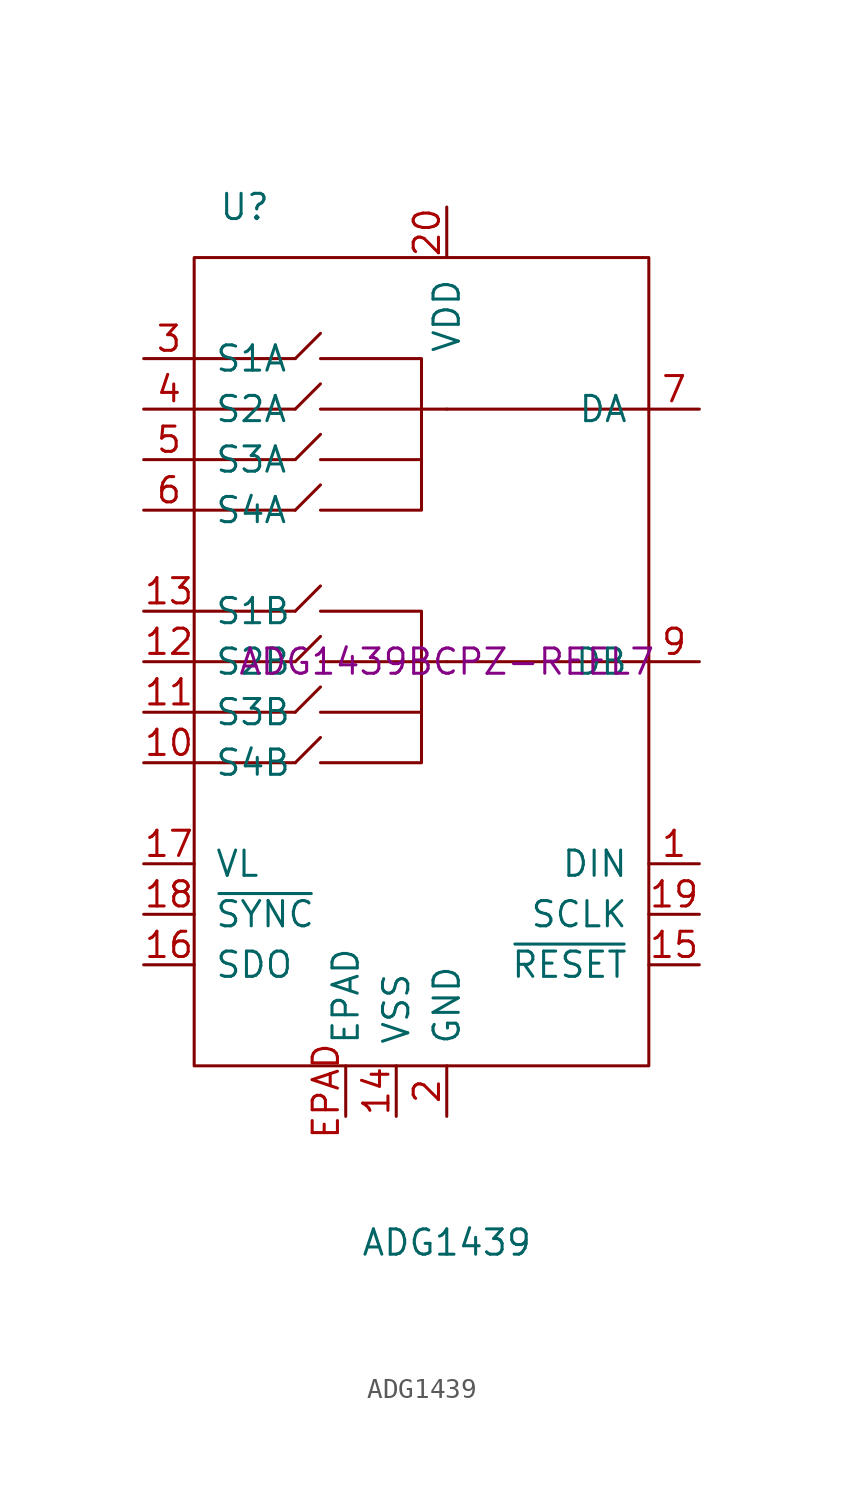
<source format=kicad_sym>
(kicad_symbol_lib
  (version 20220914)
  (generator kicad_symbol_editor)
  (symbol "ADG1439"
    (pin_names
      (offset 1.016))
    (property "Reference" "U"
      (at -10.16 22.86 0)
      (effects (font (size 1.27 1.27))))
    (property "Value" "ADG1439"
      (at 0 -29.21 0)
      (effects (font (size 1.27 1.27))))
    (property "MFG ID" "ADG1439BCPZ-REEL7"
      (at 0 0 0)
      (effects (font (size 1.27 1.27))))
    (symbol "ADG1439_0_0"
      (rectangle (start -12.7 20.32) (end 10.16 -20.32) (stroke (width 0) (type default)) (fill (type none)))
      (polyline (pts (xy -7.62 -5.08) (xy -6.35 -3.81)) (stroke (width 0) (type default)) (fill (type none)))
      (polyline (pts (xy -7.62 -2.54) (xy -12.7 -2.54)) (stroke (width 0) (type default)) (fill (type none)))
      (polyline (pts (xy -7.62 -2.54) (xy -6.35 -1.27)) (stroke (width 0) (type default)) (fill (type none)))
      (polyline (pts (xy -7.62 0) (xy -6.35 1.27)) (stroke (width 0) (type default)) (fill (type none)))
      (polyline (pts (xy -7.62 2.54) (xy -12.7 2.54)) (stroke (width 0) (type default)) (fill (type none)))
      (polyline (pts (xy -7.62 2.54) (xy -6.35 3.81)) (stroke (width 0) (type default)) (fill (type none)))
      (polyline (pts (xy -7.62 7.62) (xy -12.7 7.62)) (stroke (width 0) (type default)) (fill (type none)))
      (polyline (pts (xy -7.62 7.62) (xy -6.35 8.89)) (stroke (width 0) (type default)) (fill (type none)))
      (polyline (pts (xy -7.62 10.16) (xy -12.7 10.16)) (stroke (width 0) (type default)) (fill (type none)))
      (polyline (pts (xy -7.62 10.16) (xy -6.35 11.43)) (stroke (width 0) (type default)) (fill (type none)))
      (polyline (pts (xy -7.62 12.7) (xy -12.7 12.7)) (stroke (width 0) (type default)) (fill (type none)))
      (polyline (pts (xy -7.62 12.7) (xy -6.35 13.97)) (stroke (width 0) (type default)) (fill (type none)))
      (polyline (pts (xy -7.62 15.24) (xy -12.7 15.24)) (stroke (width 0) (type default)) (fill (type none)))
      (polyline (pts (xy -7.62 15.24) (xy -6.35 16.51)) (stroke (width 0) (type default)) (fill (type none)))
      (polyline (pts (xy -6.35 -2.54) (xy -1.27 -2.54)) (stroke (width 0) (type default)) (fill (type none)))
      (polyline (pts (xy -6.35 0) (xy -1.27 0)) (stroke (width 0) (type default)) (fill (type none)))
      (polyline (pts (xy -6.35 10.16) (xy -1.27 10.16)) (stroke (width 0) (type default)) (fill (type none)))
      (polyline (pts (xy -6.35 12.7) (xy -1.27 12.7)) (stroke (width 0) (type default)) (fill (type none)))
      (polyline (pts (xy 0 0) (xy -1.27 0)) (stroke (width 0) (type default)) (fill (type none)))
      (polyline (pts (xy 0 0) (xy 10.16 0)) (stroke (width 0) (type default)) (fill (type none)))
      (polyline (pts (xy 0 12.7) (xy -1.27 12.7)) (stroke (width 0) (type default)) (fill (type none)))
      (polyline (pts (xy 0 12.7) (xy 10.16 12.7)) (stroke (width 0) (type default)) (fill (type none)))
      (polyline (pts (xy -7.62 -5.08) (xy -11.43 -5.08) (xy -12.7 -5.08)) (stroke (width 0) (type default)) (fill (type none)))
      (polyline (pts (xy -7.62 0) (xy -11.43 0) (xy -12.7 0)) (stroke (width 0) (type default)) (fill (type none)))
      (polyline (pts (xy -6.35 2.54) (xy -1.27 2.54) (xy -1.27 -5.08) (xy -6.35 -5.08)) (stroke (width 0) (type default)) (fill (type none)))
      (polyline (pts (xy -6.35 15.24) (xy -1.27 15.24) (xy -1.27 7.62) (xy -6.35 7.62)) (stroke (width 0) (type default)) (fill (type none))))
    (symbol "ADG1439_1_1"
      (pin passive line (at 12.7 -10.16 180) (length 2.54) (name "DIN" (effects (font (size 1.27 1.27)))) (number "1" (effects (font (size 1.27 1.27)))))
      (pin passive line (at -15.24 -5.08 0) (length 2.54) (name "S4B" (effects (font (size 1.27 1.27)))) (number "10" (effects (font (size 1.27 1.27)))))
      (pin passive line (at -15.24 -2.54 0) (length 2.54) (name "S3B" (effects (font (size 1.27 1.27)))) (number "11" (effects (font (size 1.27 1.27)))))
      (pin passive line (at -15.24 0 0) (length 2.54) (name "S2B" (effects (font (size 1.27 1.27)))) (number "12" (effects (font (size 1.27 1.27)))))
      (pin passive line (at -15.24 2.54 0) (length 2.54) (name "S1B" (effects (font (size 1.27 1.27)))) (number "13" (effects (font (size 1.27 1.27)))))
      (pin passive line (at -2.54 -22.86 90) (length 2.54) (name "VSS" (effects (font (size 1.27 1.27)))) (number "14" (effects (font (size 1.27 1.27)))))
      (pin passive line (at 12.7 -15.24 180) (length 2.54) (name "~{RESET}" (effects (font (size 1.27 1.27)))) (number "15" (effects (font (size 1.27 1.27)))))
      (pin passive line (at -15.24 -15.24 0) (length 2.54) (name "SDO" (effects (font (size 1.27 1.27)))) (number "16" (effects (font (size 1.27 1.27)))))
      (pin passive line (at -15.24 -10.16 0) (length 2.54) (name "VL" (effects (font (size 1.27 1.27)))) (number "17" (effects (font (size 1.27 1.27)))))
      (pin passive line (at -15.24 -12.7 0) (length 2.54) (name "~{SYNC}" (effects (font (size 1.27 1.27)))) (number "18" (effects (font (size 1.27 1.27)))))
      (pin passive line (at 12.7 -12.7 180) (length 2.54) (name "SCLK" (effects (font (size 1.27 1.27)))) (number "19" (effects (font (size 1.27 1.27)))))
      (pin passive line (at 0 -22.86 90) (length 2.54) (name "GND" (effects (font (size 1.27 1.27)))) (number "2" (effects (font (size 1.27 1.27)))))
      (pin passive line (at 0 22.86 270) (length 2.54) (name "VDD" (effects (font (size 1.27 1.27)))) (number "20" (effects (font (size 1.27 1.27)))))
      (pin passive line (at -15.24 15.24 0) (length 2.54) (name "S1A" (effects (font (size 1.27 1.27)))) (number "3" (effects (font (size 1.27 1.27)))))
      (pin passive line (at -15.24 12.7 0) (length 2.54) (name "S2A" (effects (font (size 1.27 1.27)))) (number "4" (effects (font (size 1.27 1.27)))))
      (pin passive line (at -15.24 10.16 0) (length 2.54) (name "S3A" (effects (font (size 1.27 1.27)))) (number "5" (effects (font (size 1.27 1.27)))))
      (pin passive line (at -15.24 7.62 0) (length 2.54) (name "S4A" (effects (font (size 1.27 1.27)))) (number "6" (effects (font (size 1.27 1.27)))))
      (pin passive line (at 12.7 12.7 180) (length 2.54) (name "DA" (effects (font (size 1.27 1.27)))) (number "7" (effects (font (size 1.27 1.27)))))
      (pin passive line (at 12.7 0 180) (length 2.54) (name "DB" (effects (font (size 1.27 1.27)))) (number "9" (effects (font (size 1.27 1.27)))))
      (pin passive line (at -5.08 -22.86 90) (length 2.54) (name "EPAD" (effects (font (size 1.27 1.27)))) (number "EPAD" (effects (font (size 1.27 1.27))))))))
</source>
